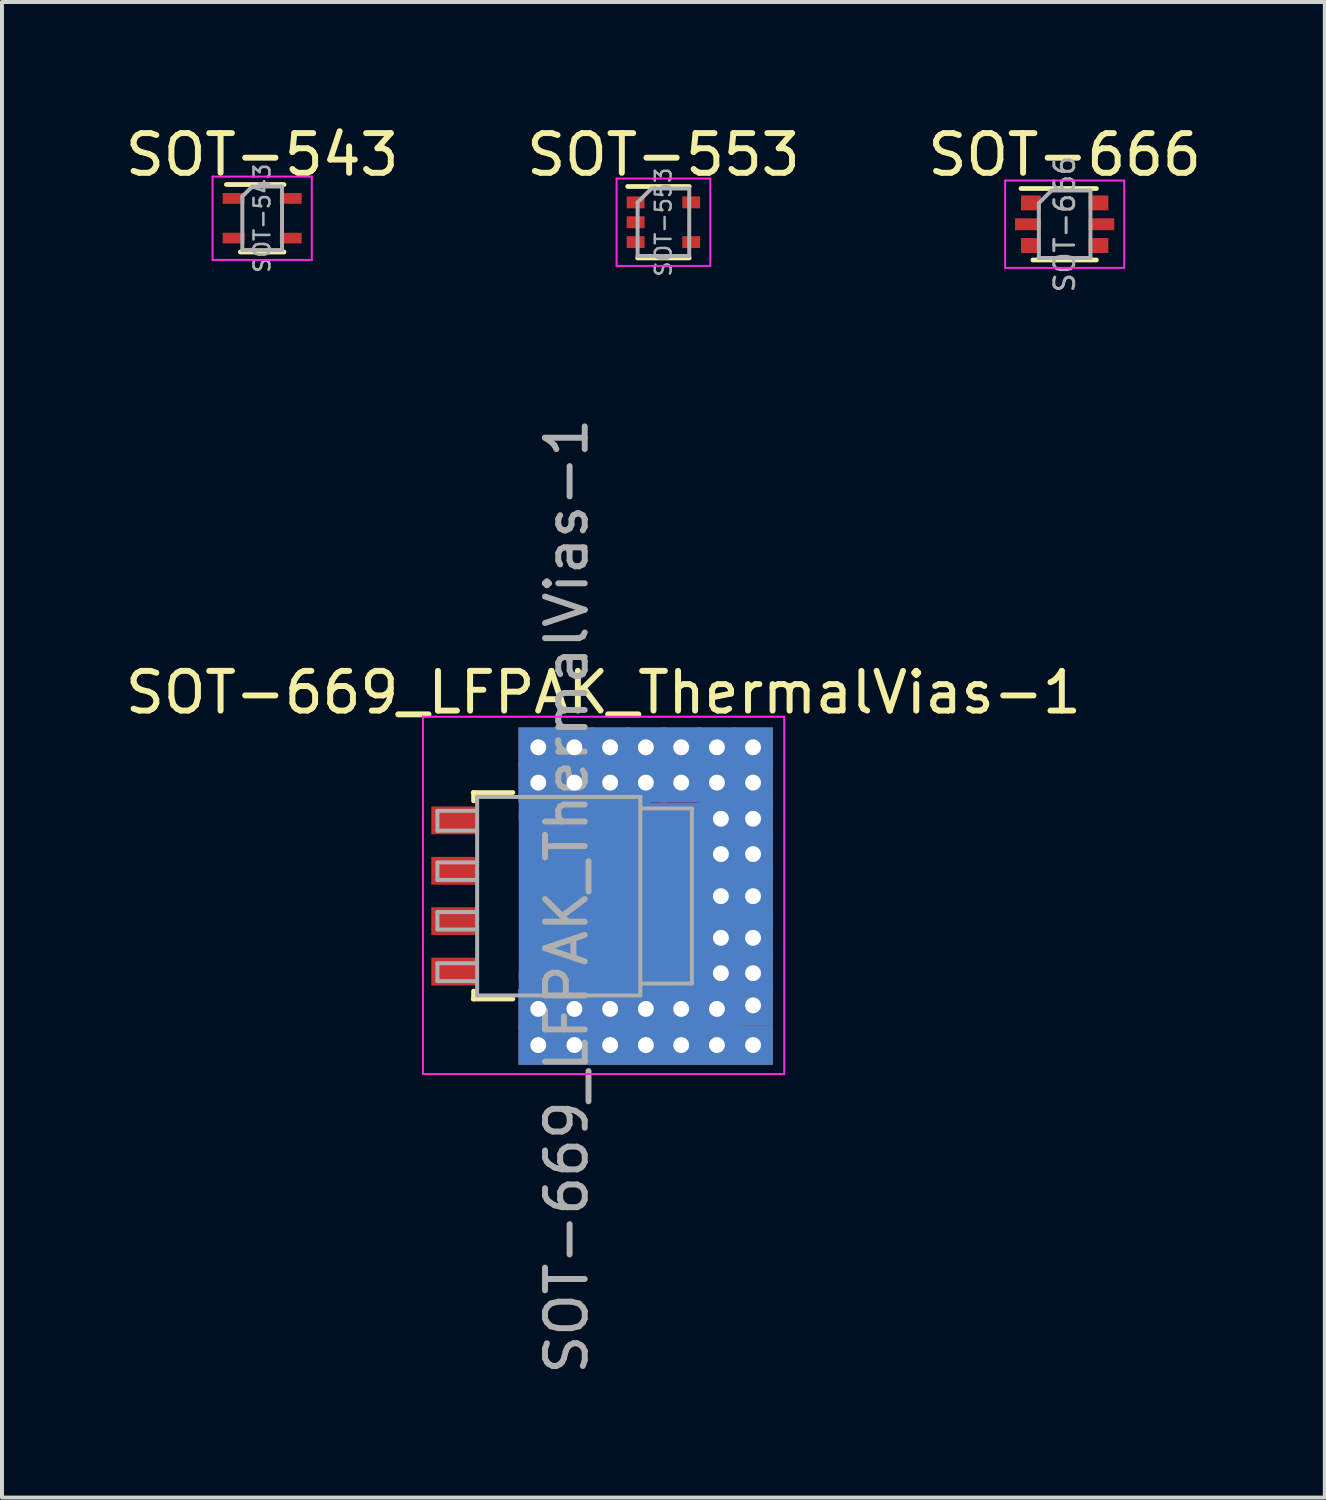
<source format=kicad_pcb>
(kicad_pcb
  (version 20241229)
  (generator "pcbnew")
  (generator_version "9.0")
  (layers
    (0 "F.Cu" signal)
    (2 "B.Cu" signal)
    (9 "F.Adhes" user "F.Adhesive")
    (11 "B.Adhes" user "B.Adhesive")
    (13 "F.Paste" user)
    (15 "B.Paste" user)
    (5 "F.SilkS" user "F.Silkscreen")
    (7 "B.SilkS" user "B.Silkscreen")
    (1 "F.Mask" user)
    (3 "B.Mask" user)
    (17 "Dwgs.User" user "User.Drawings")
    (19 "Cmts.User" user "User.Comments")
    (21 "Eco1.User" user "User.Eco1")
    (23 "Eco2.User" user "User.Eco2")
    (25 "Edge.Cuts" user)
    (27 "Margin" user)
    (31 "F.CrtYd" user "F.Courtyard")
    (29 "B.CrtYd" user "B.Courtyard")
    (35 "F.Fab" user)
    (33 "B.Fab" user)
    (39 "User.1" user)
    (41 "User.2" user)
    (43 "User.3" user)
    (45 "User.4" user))
  (footprint "SOT-553"
    (layer "F.Cu")
    (at 13.661 2.548)
    (property "Reference" "SOT-553" (at 0 -1.7 0) (layer "F.SilkS") (effects (font (size 1 1) (thickness 0.15))))
    (attr smd)
    (fp_line (start -0.9 -0.9) (end 0.65 -0.9) (stroke (width 0.12) (type solid)) (layer "F.SilkS"))
    (fp_line (start 0.65 0.9) (end -0.65 0.9) (stroke (width 0.12) (type solid)) (layer "F.SilkS"))
    (fp_line (start -1.18 -1.1) (end -1.18 1.1) (stroke (width 0.05) (type solid)) (layer "F.CrtYd"))
    (fp_line (start -1.18 -1.1) (end 1.18 -1.1) (stroke (width 0.05) (type solid)) (layer "F.CrtYd"))
    (fp_line (start 1.18 1.1) (end -1.18 1.1) (stroke (width 0.05) (type solid)) (layer "F.CrtYd"))
    (fp_line (start 1.18 1.1) (end 1.18 -1.1) (stroke (width 0.05) (type solid)) (layer "F.CrtYd"))
    (fp_line (start -0.65 -0.5) (end -0.65 0.85) (stroke (width 0.1) (type solid)) (layer "F.Fab"))
    (fp_line (start -0.65 -0.5) (end -0.3 -0.85) (stroke (width 0.1) (type solid)) (layer "F.Fab"))
    (fp_line (start -0.65 0.85) (end 0.65 0.85) (stroke (width 0.1) (type solid)) (layer "F.Fab"))
    (fp_line (start 0.65 -0.85) (end -0.3 -0.85) (stroke (width 0.1) (type solid)) (layer "F.Fab"))
    (fp_line (start 0.65 0.85) (end 0.65 -0.85) (stroke (width 0.1) (type solid)) (layer "F.Fab"))
    (fp_text user "${REFERENCE}" (at 0 0 90) (layer "F.Fab") (effects (font (size 0.4 0.4) (thickness 0.062))))
    (pad "1" smd rect (at -0.7 -0.5) (size 0.45 0.3) (layers "F.Cu" "F.Mask" "F.Paste"))
    (pad "2" smd rect (at -0.7 0) (size 0.45 0.3) (layers "F.Cu" "F.Mask" "F.Paste"))
    (pad "3" smd rect (at -0.7 0.5) (size 0.45 0.3) (layers "F.Cu" "F.Mask" "F.Paste"))
    (pad "4" smd rect (at 0.7 0.5) (size 0.45 0.3) (layers "F.Cu" "F.Mask" "F.Paste"))
    (pad "5" smd rect (at 0.7 -0.5) (size 0.45 0.3) (layers "F.Cu" "F.Mask" "F.Paste")))
  (footprint "SOT-669_LFPAK_ThermalVias-1"
    (layer "F.Cu")
    (at 11.224 19.524)
    (property "Reference" "SOT-669_LFPAK_ThermalVias-1" (at 0.925 -5.13 0) (layer "F.SilkS") (effects (font (size 1 1) (thickness 0.15))))
    (attr smd)
    (fp_line (start -2.355 -2.61) (end -1.355 -2.61) (stroke (width 0.12) (type solid)) (layer "F.SilkS"))
    (fp_line (start -2.355 2.59) (end -1.355 2.59) (stroke (width 0.12) (type solid)) (layer "F.SilkS"))
    (fp_line (start -2.345 -2.61) (end -2.345 -2.4) (stroke (width 0.12) (type solid)) (layer "F.SilkS"))
    (fp_line (start -2.345 2.39) (end -2.345 2.59) (stroke (width 0.12) (type solid)) (layer "F.SilkS"))
    (fp_line (start -3.62 4.48) (end -3.62 -4.52) (stroke (width 0.05) (type solid)) (layer "F.CrtYd"))
    (fp_line (start -3.62 4.48) (end 5.48 4.48) (stroke (width 0.05) (type solid)) (layer "F.CrtYd"))
    (fp_line (start 5.48 -4.52) (end -3.62 -4.52) (stroke (width 0.05) (type solid)) (layer "F.CrtYd"))
    (fp_line (start 5.48 -4.52) (end 5.48 4.48) (stroke (width 0.05) (type solid)) (layer "F.CrtYd"))
    (fp_line (start -3.255 -2.15) (end -3.255 -1.65) (stroke (width 0.1) (type solid)) (layer "F.Fab"))
    (fp_line (start -3.255 -2.15) (end -2.255 -2.15) (stroke (width 0.1) (type solid)) (layer "F.Fab"))
    (fp_line (start -3.255 -1.65) (end -2.255 -1.65) (stroke (width 0.1) (type solid)) (layer "F.Fab"))
    (fp_line (start -3.255 -0.85) (end -3.255 -0.41) (stroke (width 0.1) (type solid)) (layer "F.Fab"))
    (fp_line (start -3.255 -0.41) (end -2.255 -0.41) (stroke (width 0.1) (type solid)) (layer "F.Fab"))
    (fp_line (start -3.255 0.4) (end -3.255 0.84) (stroke (width 0.1) (type solid)) (layer "F.Fab"))
    (fp_line (start -3.255 0.84) (end -2.255 0.84) (stroke (width 0.1) (type solid)) (layer "F.Fab"))
    (fp_line (start -3.255 1.69) (end -3.255 2.14) (stroke (width 0.1) (type solid)) (layer "F.Fab"))
    (fp_line (start -3.255 2.14) (end -2.255 2.14) (stroke (width 0.1) (type solid)) (layer "F.Fab"))
    (fp_line (start -2.255 -2.5) (end -2.255 2.5) (stroke (width 0.1) (type solid)) (layer "F.Fab"))
    (fp_line (start -2.255 -0.85) (end -3.255 -0.85) (stroke (width 0.1) (type solid)) (layer "F.Fab"))
    (fp_line (start -2.255 0.4) (end -3.255 0.4) (stroke (width 0.1) (type solid)) (layer "F.Fab"))
    (fp_line (start -2.255 1.69) (end -3.255 1.69) (stroke (width 0.1) (type solid)) (layer "F.Fab"))
    (fp_line (start -2.255 2.5) (end 1.855 2.5) (stroke (width 0.1) (type solid)) (layer "F.Fab"))
    (fp_line (start 1.855 -2.5) (end -2.255 -2.5) (stroke (width 0.1) (type solid)) (layer "F.Fab"))
    (fp_line (start 1.855 2.5) (end 1.855 -2.5) (stroke (width 0.1) (type solid)) (layer "F.Fab"))
    (fp_line (start 3.155 -2.21) (end 1.855 -2.21) (stroke (width 0.1) (type solid)) (layer "F.Fab"))
    (fp_line (start 3.155 -2.21) (end 3.155 2.2) (stroke (width 0.1) (type solid)) (layer "F.Fab"))
    (fp_line (start 3.155 2.2) (end 1.855 2.2) (stroke (width 0.1) (type solid)) (layer "F.Fab"))
    (fp_text user "${REFERENCE}" (at 0 0 90) (layer "F.Fab") (effects (font (size 1 1) (thickness 0.15))))
    (pad "1" smd rect (at -2.835 -1.91 270) (size 0.7 1.15) (layers "F.Cu" "F.Mask" "F.Paste"))
    (pad "2" smd rect (at -2.835 -0.64 270) (size 0.7 1.15) (layers "F.Cu" "F.Mask" "F.Paste"))
    (pad "3" smd rect (at -2.835 0.63 270) (size 0.7 1.15) (layers "F.Cu" "F.Mask" "F.Paste"))
    (pad "4" smd rect (at -2.835 1.9 270) (size 0.7 1.15) (layers "F.Cu" "F.Mask" "F.Paste"))
    (pad "5" thru_hole rect (at -0.715 -3.75 270) (size 1 1) (drill 0.4) (layers "*.Cu" "*.Mask"))
    (pad "5" thru_hole rect (at -0.715 -2.86 270) (size 1 1) (drill 0.4) (layers "*.Cu" "*.Mask"))
    (pad "5" thru_hole rect (at -0.715 2.84 270) (size 1 1) (drill 0.4) (layers "*.Cu" "*.Mask"))
    (pad "5" thru_hole rect (at -0.715 3.75 270) (size 1 1) (drill 0.4) (layers "*.Cu" "*.Mask"))
    (pad "5" smd rect (at -0.655 -1.15) (size 0.6 0.9) (layers "F.Cu" "F.Mask" "F.Paste"))
    (pad "5" smd rect (at -0.655 0) (size 0.6 0.9) (layers "F.Cu" "F.Mask" "F.Paste"))
    (pad "5" smd rect (at -0.655 1.14) (size 0.6 0.9) (layers "F.Cu" "F.Mask" "F.Paste"))
    (pad "5" thru_hole rect (at 0.195 -3.75 270) (size 1 1) (drill 0.4) (layers "*.Cu" "*.Mask"))
    (pad "5" thru_hole rect (at 0.195 -2.86 270) (size 1 1) (drill 0.4) (layers "*.Cu" "*.Mask"))
    (pad "5" smd rect (at 0.195 -1.15) (size 0.6 0.9) (layers "F.Cu" "F.Mask" "F.Paste"))
    (pad "5" smd rect (at 0.195 0) (size 0.6 0.9) (layers "F.Cu" "F.Mask" "F.Paste"))
    (pad "5" smd rect (at 0.195 1.14) (size 0.6 0.9) (layers "F.Cu" "F.Mask" "F.Paste"))
    (pad "5" thru_hole rect (at 0.195 2.84 270) (size 1 1) (drill 0.4) (layers "*.Cu" "*.Mask"))
    (pad "5" thru_hole rect (at 0.195 3.75 270) (size 1 1) (drill 0.4) (layers "*.Cu" "*.Mask"))
    (pad "5" smd rect (at 0.445 -2.21 270) (size 0.6 3.3) (layers "F.Cu" "F.Mask" "F.Paste"))
    (pad "5" smd rect (at 0.445 -2.21 270) (size 0.6 3.3) (layers "B.Cu" "B.Mask" "B.Paste"))
    (pad "5" smd rect (at 0.445 0 270) (size 4.2 3.3) (layers "F.Cu" "F.Mask" "F.Paste"))
    (pad "5" smd rect (at 0.445 0 270) (size 4.2 3.3) (layers "B.Cu" "B.Mask" "B.Paste"))
    (pad "5" smd rect (at 0.445 2.2 270) (size 0.6 3.3) (layers "F.Cu" "F.Mask" "F.Paste"))
    (pad "5" smd rect (at 0.445 2.2 270) (size 0.6 3.3) (layers "B.Cu" "B.Mask" "B.Paste"))
    (pad "5" smd rect (at 1.045 -1.15) (size 0.6 0.9) (layers "F.Cu" "F.Mask" "F.Paste"))
    (pad "5" smd rect (at 1.045 0) (size 0.6 0.9) (layers "F.Cu" "F.Mask" "F.Paste"))
    (pad "5" smd rect (at 1.045 1.14) (size 0.6 0.9) (layers "F.Cu" "F.Mask" "F.Paste"))
    (pad "5" thru_hole rect (at 1.095 -3.75 270) (size 1 1) (drill 0.4) (layers "*.Cu" "*.Mask"))
    (pad "5" thru_hole rect (at 1.095 -2.86 270) (size 1 1) (drill 0.4) (layers "*.Cu" "*.Mask"))
    (pad "5" thru_hole rect (at 1.095 2.84 270) (size 1 1) (drill 0.4) (layers "*.Cu" "*.Mask"))
    (pad "5" thru_hole rect (at 1.095 3.75 270) (size 1 1) (drill 0.4) (layers "*.Cu" "*.Mask"))
    (pad "5" smd rect (at 1.745 -2.25 270) (size 0.5 0.5) (layers "F.Cu" "F.Mask" "F.Paste"))
    (pad "5" smd rect (at 1.745 2.25 270) (size 0.5 0.5) (layers "F.Cu" "F.Mask" "F.Paste"))
    (pad "5" thru_hole rect (at 1.995 -3.75 270) (size 1 1) (drill 0.4) (layers "*.Cu" "*.Mask"))
    (pad "5" thru_hole rect (at 1.995 -2.86 270) (size 1 1) (drill 0.4) (layers "*.Cu" "*.Mask"))
    (pad "5" thru_hole rect (at 1.995 2.84 270) (size 1 1) (drill 0.4) (layers "*.Cu" "*.Mask"))
    (pad "5" thru_hole rect (at 1.995 3.75 270) (size 1 1) (drill 0.4) (layers "*.Cu" "*.Mask"))
    (pad "5" smd rect (at 2.635 0 270) (size 4.7 1.55) (layers "F.Cu" "F.Mask" "F.Paste"))
    (pad "5" smd rect (at 2.635 0 270) (size 4.7 1.55) (layers "B.Cu" "B.Mask" "B.Paste"))
    (pad "5" thru_hole rect (at 2.885 -3.75 270) (size 1 1) (drill 0.4) (layers "*.Cu" "*.Mask"))
    (pad "5" thru_hole rect (at 2.885 -2.86 270) (size 1 1) (drill 0.4) (layers "*.Cu" "*.Mask"))
    (pad "5" smd rect (at 2.885 -1.88 270) (size 0.6 0.9) (layers "F.Cu" "F.Mask" "F.Paste"))
    (pad "5" smd rect (at 2.885 -0.6 270) (size 0.6 0.9) (layers "F.Cu" "F.Mask" "F.Paste"))
    (pad "5" smd rect (at 2.885 0.59 270) (size 0.6 0.9) (layers "F.Cu" "F.Mask" "F.Paste"))
    (pad "5" smd rect (at 2.885 1.87 270) (size 0.6 0.9) (layers "F.Cu" "F.Mask" "F.Paste"))
    (pad "5" thru_hole rect (at 2.885 2.84 270) (size 1 1) (drill 0.4) (layers "*.Cu" "*.Mask"))
    (pad "5" thru_hole rect (at 2.885 3.75 270) (size 1 1) (drill 0.4) (layers "*.Cu" "*.Mask"))
    (pad "5" thru_hole rect (at 3.785 -3.75 270) (size 1 1) (drill 0.4) (layers "*.Cu" "*.Mask"))
    (pad "5" thru_hole rect (at 3.785 -2.86 270) (size 1 1) (drill 0.4) (layers "*.Cu" "*.Mask"))
    (pad "5" thru_hole rect (at 3.785 2.84 270) (size 1 1) (drill 0.4) (layers "*.Cu" "*.Mask"))
    (pad "5" thru_hole rect (at 3.785 3.75 270) (size 1 1) (drill 0.4) (layers "*.Cu" "*.Mask"))
    (pad "5" thru_hole rect (at 3.885 -1.95 270) (size 1 1) (drill 0.4) (layers "*.Cu" "*.Mask"))
    (pad "5" thru_hole rect (at 3.885 -1.06 270) (size 1 1) (drill 0.4) (layers "*.Cu" "*.Mask"))
    (pad "5" thru_hole rect (at 3.885 0 270) (size 1.4 1) (drill 0.4) (layers "*.Cu" "*.Mask"))
    (pad "5" thru_hole rect (at 3.885 1.05 270) (size 1 1) (drill 0.4) (layers "*.Cu" "*.Mask"))
    (pad "5" thru_hole rect (at 3.885 1.94 270) (size 1 1) (drill 0.4) (layers "*.Cu" "*.Mask"))
    (pad "5" thru_hole rect (at 4.695 -3.75 270) (size 1 1) (drill 0.4) (layers "*.Cu" "*.Mask"))
    (pad "5" thru_hole rect (at 4.695 -2.86 270) (size 1 1) (drill 0.4) (layers "*.Cu" "*.Mask"))
    (pad "5" thru_hole rect (at 4.695 -1.95 270) (size 1 1) (drill 0.4) (layers "*.Cu" "*.Mask"))
    (pad "5" thru_hole rect (at 4.695 -1.06 270) (size 1 1) (drill 0.4) (layers "*.Cu" "*.Mask"))
    (pad "5" thru_hole rect (at 4.695 0 270) (size 1.4 1) (drill 0.4) (layers "*.Cu" "*.Mask"))
    (pad "5" thru_hole rect (at 4.695 1.05 270) (size 1 1) (drill 0.4) (layers "*.Cu" "*.Mask"))
    (pad "5" thru_hole rect (at 4.695 1.94 270) (size 1 1) (drill 0.4) (layers "*.Cu" "*.Mask"))
    (pad "5" thru_hole rect (at 4.695 2.75 270) (size 1 1) (drill 0.4) (layers "*.Cu" "*.Mask"))
    (pad "5" thru_hole rect (at 4.695 3.75 270) (size 1 1) (drill 0.4) (layers "*.Cu" "*.Mask")))
  (footprint "SOT-543"
    (layer "F.Cu")
    (at 3.554 2.448)
    (property "Reference" "SOT-543" (at 0 -1.6 0) (layer "F.SilkS") (effects (font (size 1 1) (thickness 0.15))))
    (attr smd)
    (fp_line (start 0.55 -0.85) (end -0.9 -0.85) (stroke (width 0.12) (type solid)) (layer "F.SilkS"))
    (fp_line (start 0.55 0.85) (end -0.55 0.85) (stroke (width 0.12) (type solid)) (layer "F.SilkS"))
    (fp_line (start -1.25 1.05) (end -1.25 -1.05) (stroke (width 0.05) (type solid)) (layer "F.CrtYd"))
    (fp_line (start -1.25 1.05) (end 1.25 1.05) (stroke (width 0.05) (type solid)) (layer "F.CrtYd"))
    (fp_line (start 1.25 -1.05) (end -1.25 -1.05) (stroke (width 0.05) (type solid)) (layer "F.CrtYd"))
    (fp_line (start 1.25 -1.05) (end 1.25 1.05) (stroke (width 0.05) (type solid)) (layer "F.CrtYd"))
    (fp_line (start -0.5 -0.55) (end -0.5 0.8) (stroke (width 0.1) (type solid)) (layer "F.Fab"))
    (fp_line (start -0.5 0.8) (end 0.5 0.8) (stroke (width 0.1) (type solid)) (layer "F.Fab"))
    (fp_line (start -0.25 -0.8) (end -0.5 -0.55) (stroke (width 0.1) (type solid)) (layer "F.Fab"))
    (fp_line (start 0.5 -0.8) (end -0.25 -0.8) (stroke (width 0.1) (type solid)) (layer "F.Fab"))
    (fp_line (start 0.5 0.8) (end 0.5 -0.8) (stroke (width 0.1) (type solid)) (layer "F.Fab"))
    (fp_text user "${REFERENCE}" (at 0 0 90) (layer "F.Fab") (effects (font (size 0.4 0.4) (thickness 0.065))))
    (pad "1" smd rect (at -0.72 -0.5 270) (size 0.27 0.55) (layers "F.Cu" "F.Mask" "F.Paste"))
    (pad "2" smd rect (at -0.72 0.5 270) (size 0.27 0.55) (layers "F.Cu" "F.Mask" "F.Paste"))
    (pad "3" smd rect (at 0.72 0.5 270) (size 0.27 0.55) (layers "F.Cu" "F.Mask" "F.Paste"))
    (pad "4" smd rect (at 0.72 -0.5 270) (size 0.27 0.55) (layers "F.Cu" "F.Mask" "F.Paste")))
  (footprint "SOT-666"
    (layer "F.Cu")
    (at 23.768 2.598)
    (property "Reference" "SOT-666" (at 0 -1.75 0) (layer "F.SilkS") (effects (font (size 1 1) (thickness 0.15))))
    (attr smd)
    (fp_line (start -0.8 0.9) (end 0.8 0.9) (stroke (width 0.12) (type solid)) (layer "F.SilkS"))
    (fp_line (start 0.8 -0.9) (end -1.1 -0.9) (stroke (width 0.12) (type solid)) (layer "F.SilkS"))
    (fp_line (start -1.5 -1.1) (end -1.5 1.1) (stroke (width 0.05) (type solid)) (layer "F.CrtYd"))
    (fp_line (start -1.5 -1.1) (end 1.5 -1.1) (stroke (width 0.05) (type solid)) (layer "F.CrtYd"))
    (fp_line (start -1.5 1.1) (end 1.5 1.1) (stroke (width 0.05) (type solid)) (layer "F.CrtYd"))
    (fp_line (start 1.5 1.1) (end 1.5 -1.1) (stroke (width 0.05) (type solid)) (layer "F.CrtYd"))
    (fp_line (start -0.65 -0.53) (end -0.65 0.85) (stroke (width 0.1) (type solid)) (layer "F.Fab"))
    (fp_line (start -0.65 -0.53) (end -0.33 -0.85) (stroke (width 0.1) (type solid)) (layer "F.Fab"))
    (fp_line (start 0.65 -0.85) (end -0.33 -0.85) (stroke (width 0.1) (type solid)) (layer "F.Fab"))
    (fp_line (start 0.65 -0.85) (end 0.65 0.85) (stroke (width 0.1) (type solid)) (layer "F.Fab"))
    (fp_line (start 0.65 0.85) (end -0.65 0.85) (stroke (width 0.1) (type solid)) (layer "F.Fab"))
    (fp_text user "${REFERENCE}" (at 0 0 90) (layer "F.Fab") (effects (font (size 0.5 0.5) (thickness 0.075))))
    (pad "1" smd rect (at -0.85 -0.537) (size 0.5 0.375) (layers "F.Cu" "F.Mask" "F.Paste"))
    (pad "2" smd rect (at -0.925 0) (size 0.65 0.3) (layers "F.Cu" "F.Mask" "F.Paste"))
    (pad "3" smd rect (at -0.85 0.537) (size 0.5 0.375) (layers "F.Cu" "F.Mask" "F.Paste"))
    (pad "4" smd rect (at 0.85 0.537) (size 0.5 0.375) (layers "F.Cu" "F.Mask" "F.Paste"))
    (pad "5" smd rect (at 0.925 0) (size 0.65 0.3) (layers "F.Cu" "F.Mask" "F.Paste"))
    (pad "6" smd rect (at 0.85 -0.537) (size 0.5 0.375) (layers "F.Cu" "F.Mask" "F.Paste")))
  (gr_rect
    (start -3 -3)
    (end 30.321 34.673)
    (stroke (width 0.1) (type default))
    (fill no)
    (layer "Edge.Cuts")))
</source>
